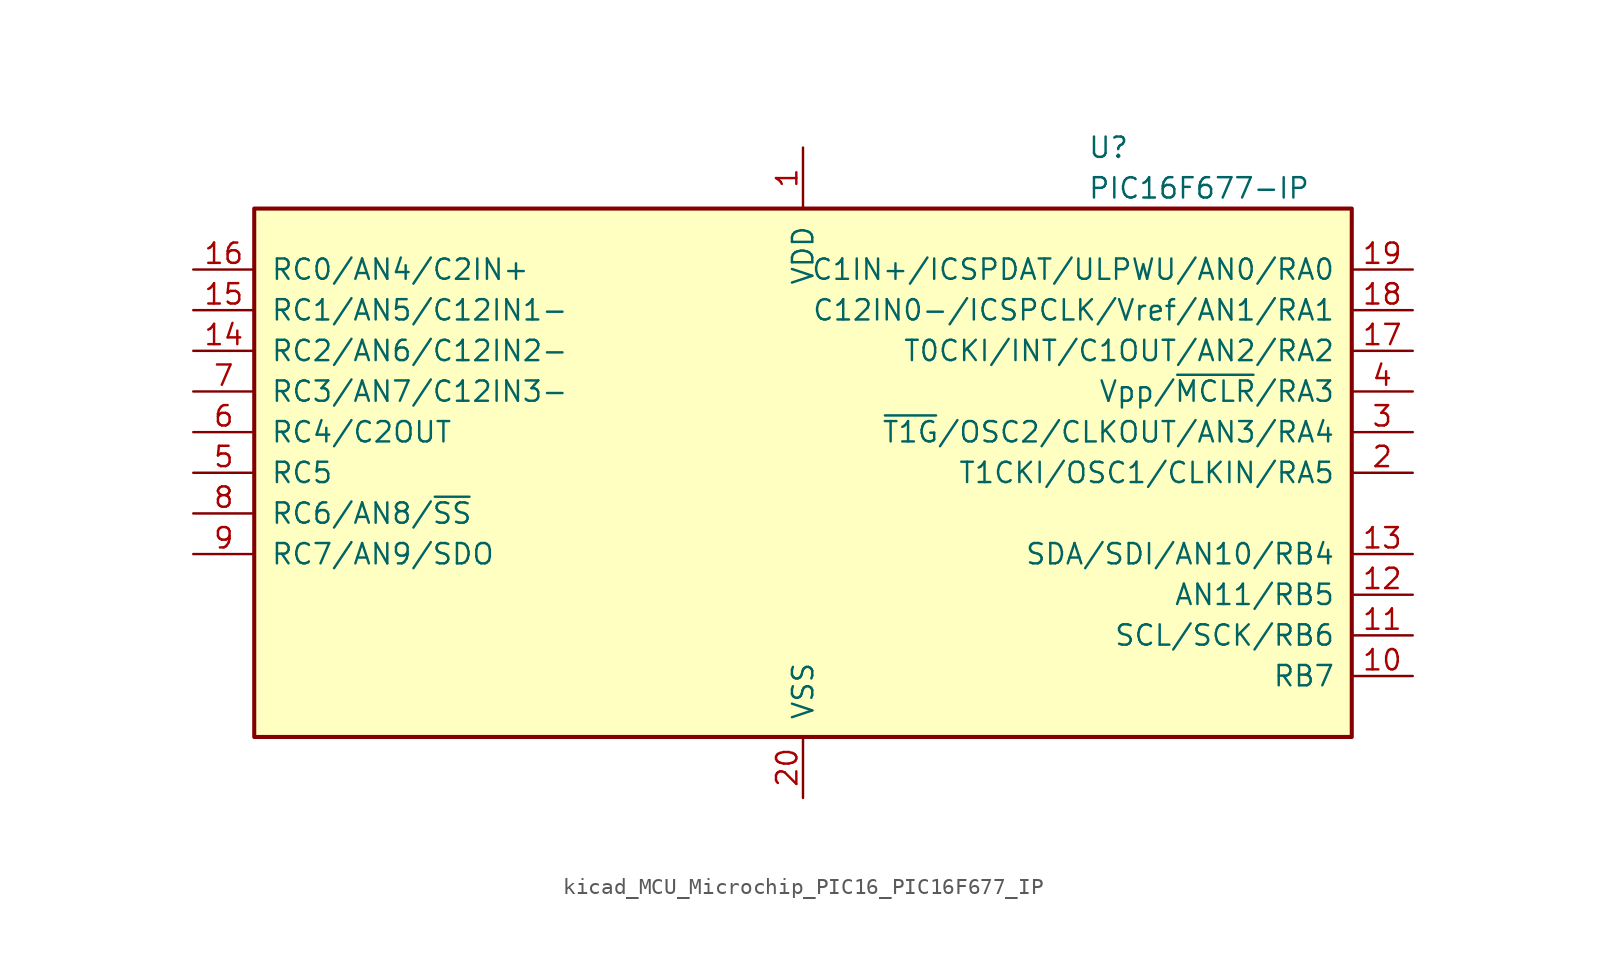
<source format=kicad_sym>
(kicad_symbol_lib
  (version 20220914)
  (generator kicad_symbol_editor)
  (symbol "kicad_MCU_Microchip_PIC16_PIC16F677_IP"
    (pin_names
      (offset 1.016))
    (property "Reference" "U"
      (at 17.78 20.32 0)
      (effects (font (size 1.27 1.27)) (justify left)))
    (property "Value" "PIC16F677-IP"
      (at 17.78 17.78 0)
      (effects (font (size 1.27 1.27)) (justify left)))
    (symbol "kicad_MCU_Microchip_PIC16_PIC16F677_IP_0_1"
      (rectangle (start -34.29 16.51) (end 34.29 -16.51) (stroke (width 0.254) (type default)) (fill (type background))))
    (symbol "kicad_MCU_Microchip_PIC16_PIC16F677_IP_1_1"
      (pin power_in line (at 0 20.32 270) (length 3.81) (name "VDD" (effects (font (size 1.27 1.27)))) (number "1" (effects (font (size 1.27 1.27)))))
      (pin bidirectional line (at 38.1 -12.7 180) (length 3.81) (name "RB7" (effects (font (size 1.27 1.27)))) (number "10" (effects (font (size 1.27 1.27)))))
      (pin bidirectional line (at 38.1 -10.16 180) (length 3.81) (name "SCL/SCK/RB6" (effects (font (size 1.27 1.27)))) (number "11" (effects (font (size 1.27 1.27)))))
      (pin bidirectional line (at 38.1 -7.62 180) (length 3.81) (name "AN11/RB5" (effects (font (size 1.27 1.27)))) (number "12" (effects (font (size 1.27 1.27)))))
      (pin bidirectional line (at 38.1 -5.08 180) (length 3.81) (name "SDA/SDI/AN10/RB4" (effects (font (size 1.27 1.27)))) (number "13" (effects (font (size 1.27 1.27)))))
      (pin bidirectional line (at -38.1 7.62 0) (length 3.81) (name "RC2/AN6/C12IN2-" (effects (font (size 1.27 1.27)))) (number "14" (effects (font (size 1.27 1.27)))))
      (pin bidirectional line (at -38.1 10.16 0) (length 3.81) (name "RC1/AN5/C12IN1-" (effects (font (size 1.27 1.27)))) (number "15" (effects (font (size 1.27 1.27)))))
      (pin bidirectional line (at -38.1 12.7 0) (length 3.81) (name "RC0/AN4/C2IN+" (effects (font (size 1.27 1.27)))) (number "16" (effects (font (size 1.27 1.27)))))
      (pin bidirectional line (at 38.1 7.62 180) (length 3.81) (name "T0CKI/INT/C1OUT/AN2/RA2" (effects (font (size 1.27 1.27)))) (number "17" (effects (font (size 1.27 1.27)))))
      (pin bidirectional line (at 38.1 10.16 180) (length 3.81) (name "C12IN0-/ICSPCLK/Vref/AN1/RA1" (effects (font (size 1.27 1.27)))) (number "18" (effects (font (size 1.27 1.27)))))
      (pin bidirectional line (at 38.1 12.7 180) (length 3.81) (name "C1IN+/ICSPDAT/ULPWU/AN0/RA0" (effects (font (size 1.27 1.27)))) (number "19" (effects (font (size 1.27 1.27)))))
      (pin bidirectional line (at 38.1 0 180) (length 3.81) (name "T1CKI/OSC1/CLKIN/RA5" (effects (font (size 1.27 1.27)))) (number "2" (effects (font (size 1.27 1.27)))))
      (pin power_in line (at 0 -20.32 90) (length 3.81) (name "VSS" (effects (font (size 1.27 1.27)))) (number "20" (effects (font (size 1.27 1.27)))))
      (pin bidirectional line (at 38.1 2.54 180) (length 3.81) (name "~{T1G}/OSC2/CLKOUT/AN3/RA4" (effects (font (size 1.27 1.27)))) (number "3" (effects (font (size 1.27 1.27)))))
      (pin input line (at 38.1 5.08 180) (length 3.81) (name "Vpp/~{MCLR}/RA3" (effects (font (size 1.27 1.27)))) (number "4" (effects (font (size 1.27 1.27)))))
      (pin bidirectional line (at -38.1 0 0) (length 3.81) (name "RC5" (effects (font (size 1.27 1.27)))) (number "5" (effects (font (size 1.27 1.27)))))
      (pin bidirectional line (at -38.1 2.54 0) (length 3.81) (name "RC4/C2OUT" (effects (font (size 1.27 1.27)))) (number "6" (effects (font (size 1.27 1.27)))))
      (pin bidirectional line (at -38.1 5.08 0) (length 3.81) (name "RC3/AN7/C12IN3-" (effects (font (size 1.27 1.27)))) (number "7" (effects (font (size 1.27 1.27)))))
      (pin bidirectional line (at -38.1 -2.54 0) (length 3.81) (name "RC6/AN8/~{SS}" (effects (font (size 1.27 1.27)))) (number "8" (effects (font (size 1.27 1.27)))))
      (pin bidirectional line (at -38.1 -5.08 0) (length 3.81) (name "RC7/AN9/SDO" (effects (font (size 1.27 1.27)))) (number "9" (effects (font (size 1.27 1.27))))))))
</source>
